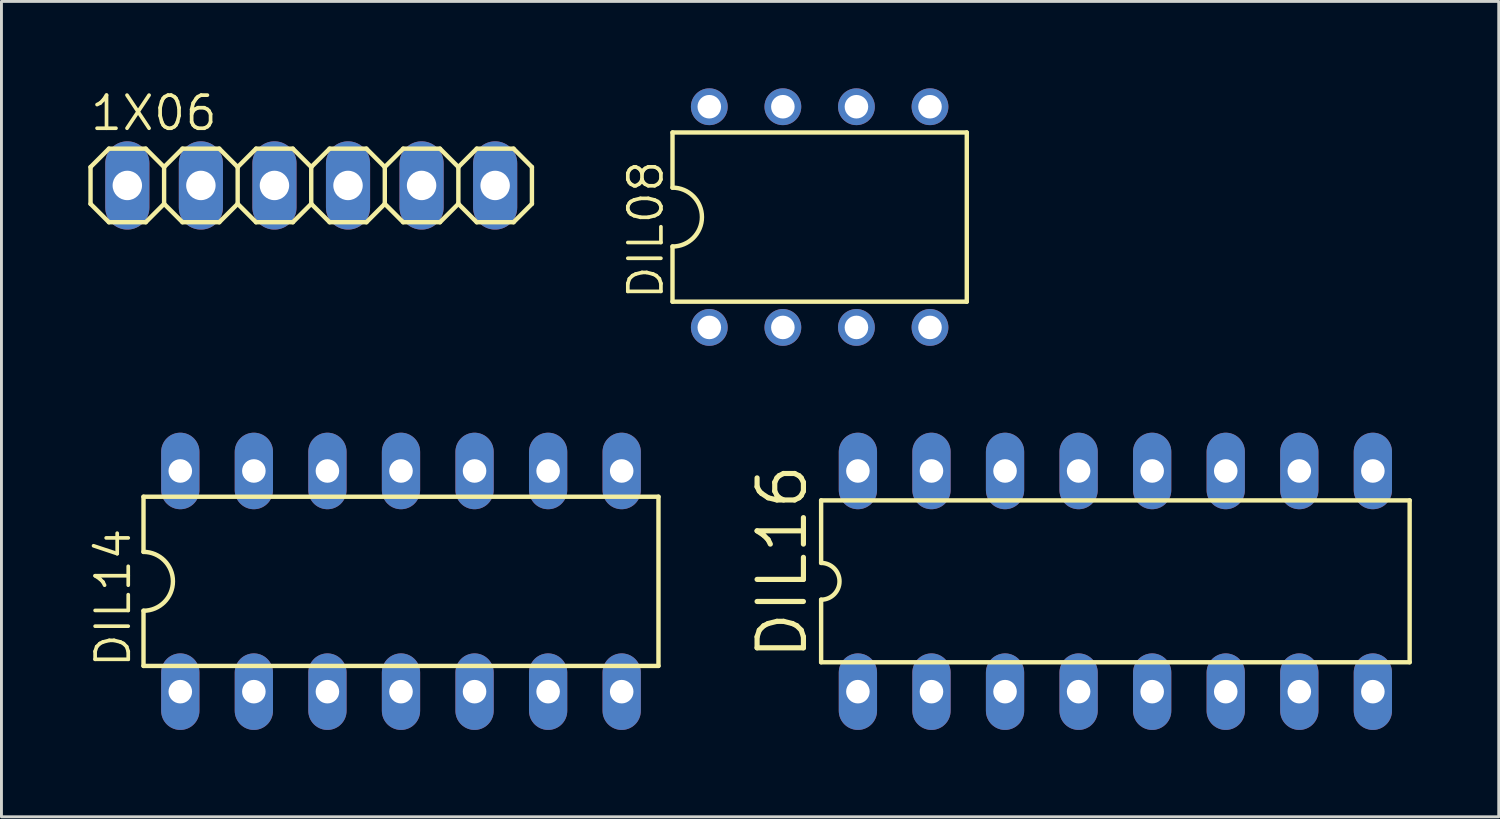
<source format=kicad_pcb>
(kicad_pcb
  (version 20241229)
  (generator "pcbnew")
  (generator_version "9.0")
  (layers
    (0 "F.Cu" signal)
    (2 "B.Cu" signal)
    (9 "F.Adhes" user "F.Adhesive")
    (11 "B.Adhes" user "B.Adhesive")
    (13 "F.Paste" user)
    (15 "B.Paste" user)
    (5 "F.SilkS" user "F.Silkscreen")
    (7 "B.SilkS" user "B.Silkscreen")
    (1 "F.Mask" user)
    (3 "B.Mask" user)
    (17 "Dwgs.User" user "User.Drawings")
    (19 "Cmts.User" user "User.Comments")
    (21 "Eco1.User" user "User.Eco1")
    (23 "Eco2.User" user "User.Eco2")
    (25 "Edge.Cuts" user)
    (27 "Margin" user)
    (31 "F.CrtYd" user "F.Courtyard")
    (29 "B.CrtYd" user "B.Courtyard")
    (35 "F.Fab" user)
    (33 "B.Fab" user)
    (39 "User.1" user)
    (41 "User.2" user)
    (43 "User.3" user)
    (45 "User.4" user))
  (footprint "1X06"
    (layer "F.Cu")
    (at 7.696 3.353)
    (property "Reference" "1X06" (at -7.696 -1.829 0) (layer "F.SilkS") (effects (font (size 1.143 1.143) (thickness 0.127)) (justify left bottom)))
    (fp_line (start -7.62 -0.635) (end -7.62 0.635) (stroke (width 0.152) (type solid)) (layer "F.SilkS"))
    (fp_line (start -7.62 0.635) (end -6.985 1.27) (stroke (width 0.152) (type solid)) (layer "F.SilkS"))
    (fp_line (start -6.985 -1.27) (end -7.62 -0.635) (stroke (width 0.152) (type solid)) (layer "F.SilkS"))
    (fp_line (start -6.985 -1.27) (end -5.715 -1.27) (stroke (width 0.152) (type solid)) (layer "F.SilkS"))
    (fp_line (start -5.715 -1.27) (end -5.08 -0.635) (stroke (width 0.152) (type solid)) (layer "F.SilkS"))
    (fp_line (start -5.715 1.27) (end -6.985 1.27) (stroke (width 0.152) (type solid)) (layer "F.SilkS"))
    (fp_line (start -5.08 -0.635) (end -5.08 0.635) (stroke (width 0.152) (type solid)) (layer "F.SilkS"))
    (fp_line (start -5.08 -0.635) (end -4.445 -1.27) (stroke (width 0.152) (type solid)) (layer "F.SilkS"))
    (fp_line (start -5.08 0.635) (end -5.715 1.27) (stroke (width 0.152) (type solid)) (layer "F.SilkS"))
    (fp_line (start -4.445 -1.27) (end -3.175 -1.27) (stroke (width 0.152) (type solid)) (layer "F.SilkS"))
    (fp_line (start -4.445 1.27) (end -5.08 0.635) (stroke (width 0.152) (type solid)) (layer "F.SilkS"))
    (fp_line (start -3.175 -1.27) (end -2.54 -0.635) (stroke (width 0.152) (type solid)) (layer "F.SilkS"))
    (fp_line (start -3.175 1.27) (end -4.445 1.27) (stroke (width 0.152) (type solid)) (layer "F.SilkS"))
    (fp_line (start -2.54 -0.635) (end -2.54 0.635) (stroke (width 0.152) (type solid)) (layer "F.SilkS"))
    (fp_line (start -2.54 -0.635) (end -1.905 -1.27) (stroke (width 0.152) (type solid)) (layer "F.SilkS"))
    (fp_line (start -2.54 0.635) (end -3.175 1.27) (stroke (width 0.152) (type solid)) (layer "F.SilkS"))
    (fp_line (start -1.905 -1.27) (end -0.635 -1.27) (stroke (width 0.152) (type solid)) (layer "F.SilkS"))
    (fp_line (start -1.905 1.27) (end -2.54 0.635) (stroke (width 0.152) (type solid)) (layer "F.SilkS"))
    (fp_line (start -0.635 -1.27) (end 0 -0.635) (stroke (width 0.152) (type solid)) (layer "F.SilkS"))
    (fp_line (start -0.635 1.27) (end -1.905 1.27) (stroke (width 0.152) (type solid)) (layer "F.SilkS"))
    (fp_line (start 0 -0.635) (end 0 0.635) (stroke (width 0.152) (type solid)) (layer "F.SilkS"))
    (fp_line (start 0 0.635) (end -0.635 1.27) (stroke (width 0.152) (type solid)) (layer "F.SilkS"))
    (fp_line (start 0 0.635) (end 0.635 1.27) (stroke (width 0.152) (type solid)) (layer "F.SilkS"))
    (fp_line (start 0.635 -1.27) (end 0 -0.635) (stroke (width 0.152) (type solid)) (layer "F.SilkS"))
    (fp_line (start 0.635 -1.27) (end 1.905 -1.27) (stroke (width 0.152) (type solid)) (layer "F.SilkS"))
    (fp_line (start 1.905 -1.27) (end 2.54 -0.635) (stroke (width 0.152) (type solid)) (layer "F.SilkS"))
    (fp_line (start 1.905 1.27) (end 0.635 1.27) (stroke (width 0.152) (type solid)) (layer "F.SilkS"))
    (fp_line (start 2.54 -0.635) (end 2.54 0.635) (stroke (width 0.152) (type solid)) (layer "F.SilkS"))
    (fp_line (start 2.54 -0.635) (end 3.175 -1.27) (stroke (width 0.152) (type solid)) (layer "F.SilkS"))
    (fp_line (start 2.54 0.635) (end 1.905 1.27) (stroke (width 0.152) (type solid)) (layer "F.SilkS"))
    (fp_line (start 3.175 -1.27) (end 4.445 -1.27) (stroke (width 0.152) (type solid)) (layer "F.SilkS"))
    (fp_line (start 3.175 1.27) (end 2.54 0.635) (stroke (width 0.152) (type solid)) (layer "F.SilkS"))
    (fp_line (start 4.445 -1.27) (end 5.08 -0.635) (stroke (width 0.152) (type solid)) (layer "F.SilkS"))
    (fp_line (start 4.445 1.27) (end 3.175 1.27) (stroke (width 0.152) (type solid)) (layer "F.SilkS"))
    (fp_line (start 5.08 -0.635) (end 5.08 0.635) (stroke (width 0.152) (type solid)) (layer "F.SilkS"))
    (fp_line (start 5.08 0.635) (end 4.445 1.27) (stroke (width 0.152) (type solid)) (layer "F.SilkS"))
    (fp_line (start 5.08 0.635) (end 5.715 1.27) (stroke (width 0.152) (type solid)) (layer "F.SilkS"))
    (fp_line (start 5.715 -1.27) (end 5.08 -0.635) (stroke (width 0.152) (type solid)) (layer "F.SilkS"))
    (fp_line (start 5.715 -1.27) (end 6.985 -1.27) (stroke (width 0.152) (type solid)) (layer "F.SilkS"))
    (fp_line (start 6.985 -1.27) (end 7.62 -0.635) (stroke (width 0.152) (type solid)) (layer "F.SilkS"))
    (fp_line (start 6.985 1.27) (end 5.715 1.27) (stroke (width 0.152) (type solid)) (layer "F.SilkS"))
    (fp_line (start 7.62 -0.635) (end 7.62 0.635) (stroke (width 0.152) (type solid)) (layer "F.SilkS"))
    (fp_line (start 7.62 0.635) (end 6.985 1.27) (stroke (width 0.152) (type solid)) (layer "F.SilkS"))
    (fp_poly (pts (xy -6.604 0.254) (xy -6.096 0.254) (xy -6.096 -0.254) (xy -6.604 -0.254)) (stroke (width 0.1) (type solid)) (fill no) (layer "F.Fab"))
    (fp_poly (pts (xy -4.064 0.254) (xy -3.556 0.254) (xy -3.556 -0.254) (xy -4.064 -0.254)) (stroke (width 0.1) (type solid)) (fill no) (layer "F.Fab"))
    (fp_poly (pts (xy -1.524 0.254) (xy -1.016 0.254) (xy -1.016 -0.254) (xy -1.524 -0.254)) (stroke (width 0.1) (type solid)) (fill no) (layer "F.Fab"))
    (fp_poly (pts (xy 1.016 0.254) (xy 1.524 0.254) (xy 1.524 -0.254) (xy 1.016 -0.254)) (stroke (width 0.1) (type solid)) (fill no) (layer "F.Fab"))
    (fp_poly (pts (xy 3.556 0.254) (xy 4.064 0.254) (xy 4.064 -0.254) (xy 3.556 -0.254)) (stroke (width 0.1) (type solid)) (fill no) (layer "F.Fab"))
    (fp_poly (pts (xy 6.096 0.254) (xy 6.604 0.254) (xy 6.604 -0.254) (xy 6.096 -0.254)) (stroke (width 0.1) (type solid)) (fill no) (layer "F.Fab"))
    (pad "1" thru_hole oval (at -6.35 0 90) (size 3.048 1.524) (drill 1.016) (layers "*.Cu" "*.Mask"))
    (pad "2" thru_hole oval (at -3.81 0 90) (size 3.048 1.524) (drill 1.016) (layers "*.Cu" "*.Mask"))
    (pad "3" thru_hole oval (at -1.27 0 90) (size 3.048 1.524) (drill 1.016) (layers "*.Cu" "*.Mask"))
    (pad "4" thru_hole oval (at 1.27 0 90) (size 3.048 1.524) (drill 1.016) (layers "*.Cu" "*.Mask"))
    (pad "5" thru_hole oval (at 3.81 0 90) (size 3.048 1.524) (drill 1.016) (layers "*.Cu" "*.Mask"))
    (pad "6" thru_hole oval (at 6.35 0 90) (size 3.048 1.524) (drill 1.016) (layers "*.Cu" "*.Mask")))
  (footprint "DIL14"
    (layer "F.Cu")
    (at 10.795 17.021)
    (property "Reference" "DIL14" (at -9.271 3.048 90) (layer "F.SilkS") (effects (font (size 1.143 1.143) (thickness 0.127)) (justify left bottom)))
    (fp_line (start -8.89 -2.921) (end -8.89 -1.016) (stroke (width 0.152) (type solid)) (layer "F.SilkS"))
    (fp_line (start -8.89 2.921) (end -8.89 1.016) (stroke (width 0.152) (type solid)) (layer "F.SilkS"))
    (fp_line (start -8.89 2.921) (end 8.89 2.921) (stroke (width 0.152) (type solid)) (layer "F.SilkS"))
    (fp_line (start 8.89 -2.921) (end -8.89 -2.921) (stroke (width 0.152) (type solid)) (layer "F.SilkS"))
    (fp_line (start 8.89 -2.921) (end 8.89 2.921) (stroke (width 0.152) (type solid)) (layer "F.SilkS"))
    (fp_arc (start -8.89 -1.016) (mid -7.874 0) (end -8.89 1.016) (stroke (width 0.1524) (type solid)) (layer "F.SilkS"))
    (pad "1" thru_hole oval (at -7.62 3.81 90) (size 2.642 1.321) (drill 0.813) (layers "*.Cu" "*.Mask"))
    (pad "2" thru_hole oval (at -5.08 3.81 90) (size 2.642 1.321) (drill 0.813) (layers "*.Cu" "*.Mask"))
    (pad "3" thru_hole oval (at -2.54 3.81 90) (size 2.642 1.321) (drill 0.813) (layers "*.Cu" "*.Mask"))
    (pad "4" thru_hole oval (at 0 3.81 90) (size 2.642 1.321) (drill 0.813) (layers "*.Cu" "*.Mask"))
    (pad "5" thru_hole oval (at 2.54 3.81 90) (size 2.642 1.321) (drill 0.813) (layers "*.Cu" "*.Mask"))
    (pad "6" thru_hole oval (at 5.08 3.81 90) (size 2.642 1.321) (drill 0.813) (layers "*.Cu" "*.Mask"))
    (pad "7" thru_hole oval (at 7.62 3.81 90) (size 2.642 1.321) (drill 0.813) (layers "*.Cu" "*.Mask"))
    (pad "8" thru_hole oval (at 7.62 -3.81 90) (size 2.642 1.321) (drill 0.813) (layers "*.Cu" "*.Mask"))
    (pad "9" thru_hole oval (at 5.08 -3.81 90) (size 2.642 1.321) (drill 0.813) (layers "*.Cu" "*.Mask"))
    (pad "10" thru_hole oval (at 2.54 -3.81 90) (size 2.642 1.321) (drill 0.813) (layers "*.Cu" "*.Mask"))
    (pad "11" thru_hole oval (at 0 -3.81 90) (size 2.642 1.321) (drill 0.813) (layers "*.Cu" "*.Mask"))
    (pad "12" thru_hole oval (at -2.54 -3.81 90) (size 2.642 1.321) (drill 0.813) (layers "*.Cu" "*.Mask"))
    (pad "13" thru_hole oval (at -5.08 -3.81 90) (size 2.642 1.321) (drill 0.813) (layers "*.Cu" "*.Mask"))
    (pad "14" thru_hole oval (at -7.62 -3.81 90) (size 2.642 1.321) (drill 0.813) (layers "*.Cu" "*.Mask")))
  (footprint "DIL08"
    (layer "F.Cu")
    (at 25.25 4.445)
    (property "Reference" "DIL08" (at -5.334 2.921 90) (layer "F.SilkS") (effects (font (size 1.143 1.143) (thickness 0.127)) (justify left bottom)))
    (fp_line (start -5.08 -2.921) (end -5.08 -1.016) (stroke (width 0.152) (type solid)) (layer "F.SilkS"))
    (fp_line (start -5.08 2.921) (end -5.08 1.016) (stroke (width 0.152) (type solid)) (layer "F.SilkS"))
    (fp_line (start -5.08 2.921) (end 5.08 2.921) (stroke (width 0.152) (type solid)) (layer "F.SilkS"))
    (fp_line (start 5.08 -2.921) (end -5.08 -2.921) (stroke (width 0.152) (type solid)) (layer "F.SilkS"))
    (fp_line (start 5.08 -2.921) (end 5.08 2.921) (stroke (width 0.152) (type solid)) (layer "F.SilkS"))
    (fp_arc (start -5.08 -1.016) (mid -4.064 0) (end -5.08 1.016) (stroke (width 0.1524) (type solid)) (layer "F.SilkS"))
    (pad "1" thru_hole circle (at -3.81 3.81 90) (size 1.27 1.27) (drill 0.813) (layers "*.Cu" "*.Mask"))
    (pad "2" thru_hole circle (at -1.27 3.81 90) (size 1.27 1.27) (drill 0.813) (layers "*.Cu" "*.Mask"))
    (pad "3" thru_hole circle (at 1.27 3.81 90) (size 1.27 1.27) (drill 0.813) (layers "*.Cu" "*.Mask"))
    (pad "4" thru_hole circle (at 3.81 3.81 90) (size 1.27 1.27) (drill 0.813) (layers "*.Cu" "*.Mask"))
    (pad "5" thru_hole circle (at 3.81 -3.81 90) (size 1.27 1.27) (drill 0.813) (layers "*.Cu" "*.Mask"))
    (pad "6" thru_hole circle (at 1.27 -3.81 90) (size 1.27 1.27) (drill 0.813) (layers "*.Cu" "*.Mask"))
    (pad "7" thru_hole circle (at -1.27 -3.81 90) (size 1.27 1.27) (drill 0.813) (layers "*.Cu" "*.Mask"))
    (pad "8" thru_hole circle (at -3.81 -3.81 90) (size 1.27 1.27) (drill 0.813) (layers "*.Cu" "*.Mask")))
  (footprint "DIL16"
    (layer "F.Cu")
    (at 35.461 17.021)
    (property "Reference" "DIL16" (at -10.566 2.794 90) (layer "F.SilkS") (effects (font (size 1.6 1.6) (thickness 0.178)) (justify left bottom)))
    (fp_line (start -10.16 -2.794) (end -10.16 -0.635) (stroke (width 0.152) (type solid)) (layer "F.SilkS"))
    (fp_line (start -10.16 0.635) (end -10.16 2.794) (stroke (width 0.152) (type solid)) (layer "F.SilkS"))
    (fp_line (start -10.16 2.794) (end 10.16 2.794) (stroke (width 0.152) (type solid)) (layer "F.SilkS"))
    (fp_line (start 10.16 -2.794) (end -10.16 -2.794) (stroke (width 0.152) (type solid)) (layer "F.SilkS"))
    (fp_line (start 10.16 2.794) (end 10.16 -2.794) (stroke (width 0.152) (type solid)) (layer "F.SilkS"))
    (fp_arc (start -10.16 -0.635) (mid -9.525 0) (end -10.16 0.635) (stroke (width 0.1524) (type solid)) (layer "F.SilkS"))
    (pad "1" thru_hole oval (at -8.89 3.81 90) (size 2.642 1.321) (drill 0.813) (layers "*.Cu" "*.Mask"))
    (pad "2" thru_hole oval (at -6.35 3.81 90) (size 2.642 1.321) (drill 0.813) (layers "*.Cu" "*.Mask"))
    (pad "3" thru_hole oval (at -3.81 3.81 90) (size 2.642 1.321) (drill 0.813) (layers "*.Cu" "*.Mask"))
    (pad "4" thru_hole oval (at -1.27 3.81 90) (size 2.642 1.321) (drill 0.813) (layers "*.Cu" "*.Mask"))
    (pad "5" thru_hole oval (at 1.27 3.81 90) (size 2.642 1.321) (drill 0.813) (layers "*.Cu" "*.Mask"))
    (pad "6" thru_hole oval (at 3.81 3.81 90) (size 2.642 1.321) (drill 0.813) (layers "*.Cu" "*.Mask"))
    (pad "7" thru_hole oval (at 6.35 3.81 90) (size 2.642 1.321) (drill 0.813) (layers "*.Cu" "*.Mask"))
    (pad "8" thru_hole oval (at 8.89 3.81 90) (size 2.642 1.321) (drill 0.813) (layers "*.Cu" "*.Mask"))
    (pad "9" thru_hole oval (at 8.89 -3.81 90) (size 2.642 1.321) (drill 0.813) (layers "*.Cu" "*.Mask"))
    (pad "10" thru_hole oval (at 6.35 -3.81 90) (size 2.642 1.321) (drill 0.813) (layers "*.Cu" "*.Mask"))
    (pad "11" thru_hole oval (at 3.81 -3.81 90) (size 2.642 1.321) (drill 0.813) (layers "*.Cu" "*.Mask"))
    (pad "12" thru_hole oval (at 1.27 -3.81 90) (size 2.642 1.321) (drill 0.813) (layers "*.Cu" "*.Mask"))
    (pad "13" thru_hole oval (at -1.27 -3.81 90) (size 2.642 1.321) (drill 0.813) (layers "*.Cu" "*.Mask"))
    (pad "14" thru_hole oval (at -3.81 -3.81 90) (size 2.642 1.321) (drill 0.813) (layers "*.Cu" "*.Mask"))
    (pad "15" thru_hole oval (at -6.35 -3.81 90) (size 2.642 1.321) (drill 0.813) (layers "*.Cu" "*.Mask"))
    (pad "16" thru_hole oval (at -8.89 -3.81 90) (size 2.642 1.321) (drill 0.813) (layers "*.Cu" "*.Mask")))
  (gr_rect
    (start -3 -3)
    (end 48.697 25.152)
    (stroke (width 0.1) (type default))
    (fill no)
    (layer "Edge.Cuts")))
</source>
